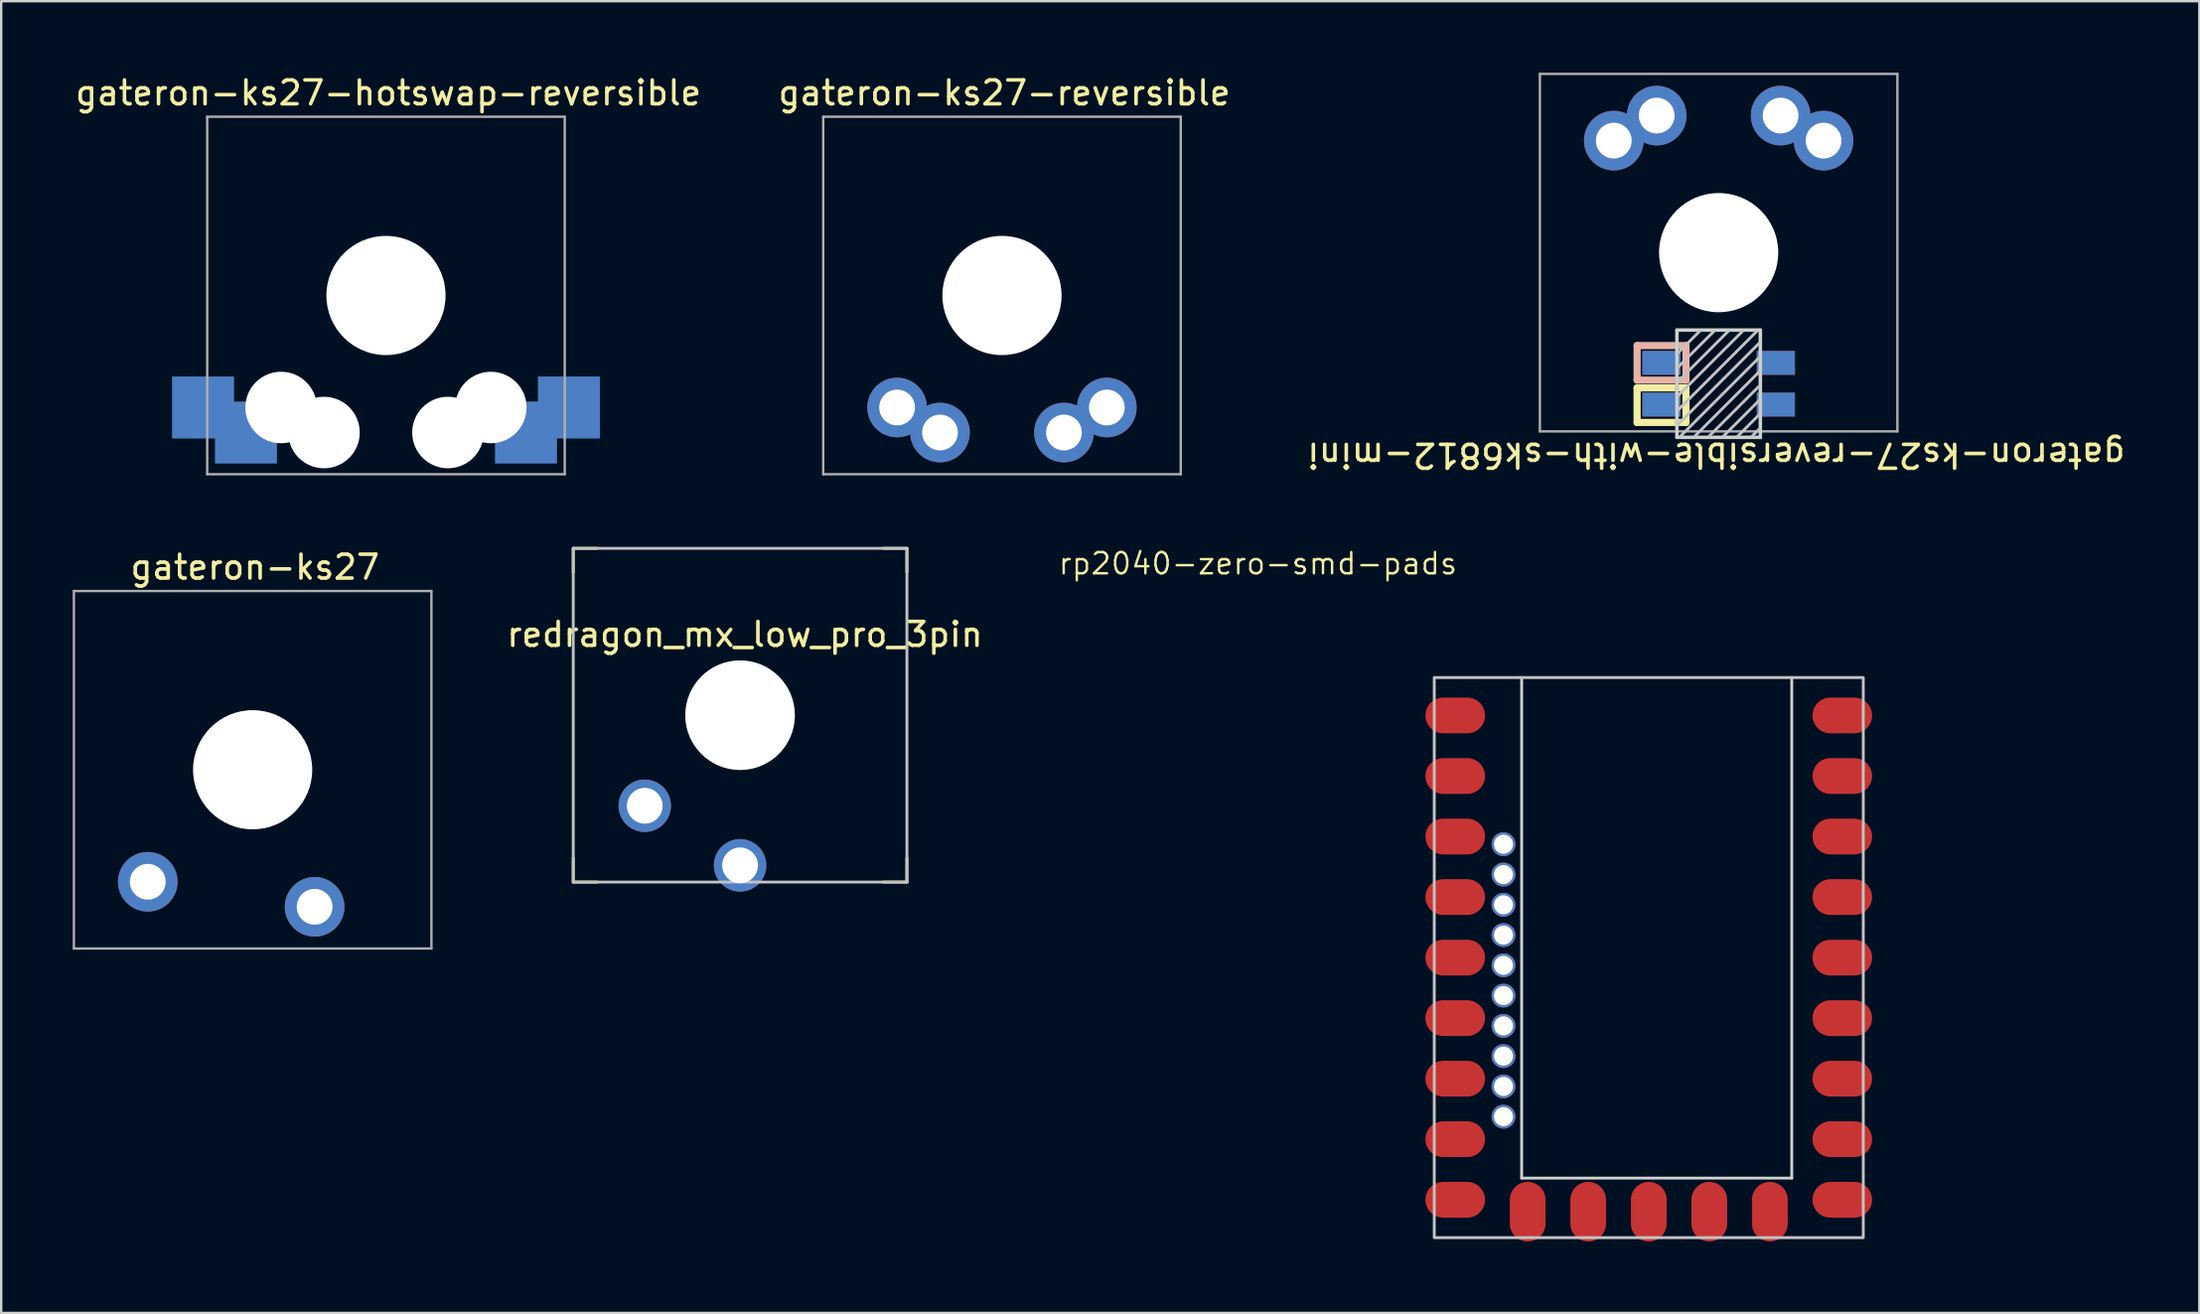
<source format=kicad_pcb>
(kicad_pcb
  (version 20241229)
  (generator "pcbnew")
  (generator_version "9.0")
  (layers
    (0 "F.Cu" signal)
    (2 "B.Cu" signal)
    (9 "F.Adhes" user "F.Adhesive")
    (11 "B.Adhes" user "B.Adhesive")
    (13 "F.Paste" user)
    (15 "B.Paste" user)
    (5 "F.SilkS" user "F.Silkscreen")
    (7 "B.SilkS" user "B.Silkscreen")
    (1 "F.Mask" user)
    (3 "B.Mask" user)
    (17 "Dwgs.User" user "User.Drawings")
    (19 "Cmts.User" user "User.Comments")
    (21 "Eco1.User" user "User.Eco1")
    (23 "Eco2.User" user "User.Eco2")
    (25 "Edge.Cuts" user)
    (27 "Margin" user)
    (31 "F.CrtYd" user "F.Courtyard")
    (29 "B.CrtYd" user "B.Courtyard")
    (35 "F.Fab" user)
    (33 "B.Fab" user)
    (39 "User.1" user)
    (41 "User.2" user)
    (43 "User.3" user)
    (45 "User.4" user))
  (footprint "rp2040-zero-smd-pads"
    (layer "F.Cu")
    (at 66.126 37.129)
    (property "Reference" "rp2040-zero-smd-pads" (at -16.399 -16.533 0) (layer "F.SilkS") (effects (font (size 0.889 0.889) (thickness 0.102))))
    (attr smd exclude_from_pos_files)
    (fp_rect (start -9 -11.75) (end 9 11.75) (stroke (width 0.12) (type solid)) (fill no) (layer "Dwgs.User"))
    (fp_line (start -5.334 -11.75) (end -5.334 9.25) (stroke (width 0.12) (type solid)) (layer "Edge.Cuts"))
    (fp_line (start -5.334 9.25) (end 6 9.25) (stroke (width 0.12) (type solid)) (layer "Edge.Cuts"))
    (fp_line (start 6 9.25) (end 6 -11.75) (stroke (width 0.12) (type solid)) (layer "Edge.Cuts"))
    (pad "1" smd oval (at 7.62 -10.16 180) (size 2.5 1.5) (drill (offset -0.5 0)) (layers "F.Cu" "F.Mask" "F.Paste"))
    (pad "2" smd oval (at 7.62 -7.62 180) (size 2.5 1.5) (drill (offset -0.5 0)) (layers "F.Cu" "F.Mask" "F.Paste"))
    (pad "3" smd oval (at 7.62 -5.08 180) (size 2.5 1.5) (drill (offset -0.5 0)) (layers "F.Cu" "F.Mask" "F.Paste"))
    (pad "4" smd oval (at 7.62 -2.54 180) (size 2.5 1.5) (drill (offset -0.5 0)) (layers "F.Cu" "F.Mask" "F.Paste"))
    (pad "5" smd oval (at 7.62 0 180) (size 2.5 1.5) (drill (offset -0.5 0)) (layers "F.Cu" "F.Mask" "F.Paste"))
    (pad "6" smd oval (at 7.62 2.54 180) (size 2.5 1.5) (drill (offset -0.5 0)) (layers "F.Cu" "F.Mask" "F.Paste"))
    (pad "7" smd oval (at 7.62 5.08 180) (size 2.5 1.5) (drill (offset -0.5 0)) (layers "F.Cu" "F.Mask" "F.Paste"))
    (pad "8" smd oval (at 7.62 7.62 180) (size 2.5 1.5) (drill (offset -0.5 0)) (layers "F.Cu" "F.Mask" "F.Paste"))
    (pad "9" smd oval (at 7.62 10.16 180) (size 2.5 1.5) (drill (offset -0.5 0)) (layers "F.Cu" "F.Mask" "F.Paste"))
    (pad "10" smd oval (at 5.08 10.16 90) (size 2.5 1.5) (drill (offset -0.5 0)) (layers "F.Cu" "F.Mask" "F.Paste"))
    (pad "11" smd oval (at 2.54 10.16 90) (size 2.5 1.5) (drill (offset -0.5 0)) (layers "F.Cu" "F.Mask" "F.Paste"))
    (pad "12" smd oval (at 0 10.16 90) (size 2.5 1.5) (drill (offset -0.5 0)) (layers "F.Cu" "F.Mask" "F.Paste"))
    (pad "13" smd oval (at -2.54 10.16 90) (size 2.5 1.5) (drill (offset -0.5 0)) (layers "F.Cu" "F.Mask" "F.Paste"))
    (pad "14" smd oval (at -5.08 10.16 90) (size 2.5 1.5) (drill (offset -0.5 0)) (layers "F.Cu" "F.Mask" "F.Paste"))
    (pad "15" smd oval (at -7.62 10.16) (size 2.5 1.5) (drill (offset -0.5 0)) (layers "F.Cu" "F.Mask" "F.Paste"))
    (pad "16" smd oval (at -7.62 7.62) (size 2.5 1.5) (drill (offset -0.5 0)) (layers "F.Cu" "F.Mask" "F.Paste"))
    (pad "17" smd oval (at -7.62 5.08) (size 2.5 1.5) (drill (offset -0.5 0)) (layers "F.Cu" "F.Mask" "F.Paste"))
    (pad "18" smd oval (at -7.62 2.54) (size 2.5 1.5) (drill (offset -0.5 0)) (layers "F.Cu" "F.Mask" "F.Paste"))
    (pad "19" smd oval (at -7.62 0) (size 2.5 1.5) (drill (offset -0.5 0)) (layers "F.Cu" "F.Mask" "F.Paste"))
    (pad "20" smd oval (at -7.62 -2.54) (size 2.5 1.5) (drill (offset -0.5 0)) (layers "F.Cu" "F.Mask" "F.Paste"))
    (pad "21" smd oval (at -7.62 -5.08) (size 2.5 1.5) (drill (offset -0.5 0)) (layers "F.Cu" "F.Mask" "F.Paste"))
    (pad "22" smd oval (at -7.62 -7.62) (size 2.5 1.5) (drill (offset -0.5 0)) (layers "F.Cu" "F.Mask" "F.Paste"))
    (pad "23" smd oval (at -7.62 -10.16) (size 2.5 1.5) (drill (offset -0.5 0)) (layers "F.Cu" "F.Mask" "F.Paste"))
    (pad "24" thru_hole circle (at -6.096 6.674) (size 1 1) (drill 0.8) (layers "*.Cu" "*.Mask"))
    (pad "25" thru_hole circle (at -6.096 5.404) (size 1 1) (drill 0.8) (layers "*.Cu" "*.Mask"))
    (pad "26" thru_hole circle (at -6.096 4.134) (size 1 1) (drill 0.8) (layers "*.Cu" "*.Mask"))
    (pad "27" thru_hole circle (at -6.096 2.864) (size 1 1) (drill 0.8) (layers "*.Cu" "*.Mask"))
    (pad "28" thru_hole circle (at -6.096 1.594) (size 1 1) (drill 0.8) (layers "*.Cu" "*.Mask"))
    (pad "29" thru_hole circle (at -6.096 0.324) (size 1 1) (drill 0.8) (layers "*.Cu" "*.Mask"))
    (pad "30" thru_hole circle (at -6.096 -0.946) (size 1 1) (drill 0.8) (layers "*.Cu" "*.Mask"))
    (pad "31" thru_hole circle (at -6.096 -2.216) (size 1 1) (drill 0.8) (layers "*.Cu" "*.Mask"))
    (pad "32" thru_hole circle (at -6.096 -3.486) (size 1 1) (drill 0.8) (layers "*.Cu" "*.Mask"))
    (pad "33" thru_hole circle (at -6.096 -4.756) (size 1 1) (drill 0.8) (layers "*.Cu" "*.Mask")))
  (footprint "gateron-ks27"
    (layer "F.Cu")
    (at 7.55 29.247)
    (property "Reference" "gateron-ks27" (at 0.1 -8.5 0) (unlocked yes) (layer "F.SilkS") (effects (font (size 1 1) (thickness 0.15))))
    (attr through_hole)
    (fp_line (start -7 -7) (end -7 7) (stroke (width 0.12) (type solid)) (layer "Eco2.User"))
    (fp_line (start -7 7) (end 7 7) (stroke (width 0.12) (type solid)) (layer "Eco2.User"))
    (fp_line (start -3.2 -6.3) (end -3.2 -3.1) (stroke (width 0.12) (type solid)) (layer "Eco2.User"))
    (fp_line (start 1.8 -6.3) (end -3.2 -6.3) (stroke (width 0.12) (type solid)) (layer "Eco2.User"))
    (fp_line (start 1.8 -6.3) (end 1.8 -3.1) (stroke (width 0.12) (type solid)) (layer "Eco2.User"))
    (fp_line (start 1.8 -3.1) (end -3.2 -3.1) (stroke (width 0.12) (type solid)) (layer "Eco2.User"))
    (fp_line (start 7 -7) (end -7 -7) (stroke (width 0.12) (type solid)) (layer "Eco2.User"))
    (fp_line (start 7 7) (end 7 -7) (stroke (width 0.12) (type solid)) (layer "Eco2.User"))
    (fp_line (start -7.5 -7.5) (end -7.5 7.5) (stroke (width 0.1) (type solid)) (layer "F.Fab"))
    (fp_line (start -7.5 7.5) (end 7.5 7.5) (stroke (width 0.1) (type solid)) (layer "F.Fab"))
    (fp_line (start 7.5 -7.5) (end -7.5 -7.5) (stroke (width 0.1) (type solid)) (layer "F.Fab"))
    (fp_line (start 7.5 7.5) (end 7.5 -7.5) (stroke (width 0.1) (type solid)) (layer "F.Fab"))
    (pad "" np_thru_hole circle (at 0 0) (size 5 5) (drill 5) (layers "*.Cu" "*.Mask"))
    (pad "1" thru_hole circle (at 2.6 5.75) (size 2.5 2.5) (drill 1.5) (layers "*.Cu" "*.Mask"))
    (pad "2" thru_hole circle (at -4.4 4.7) (size 2.5 2.5) (drill 1.5) (layers "*.Cu" "*.Mask")))
  (footprint "gateron-ks27-reversible-with-sk6812-mini"
    (layer "F.Cu")
    (at 69.058 7.55)
    (property "Reference" "gateron-ks27-reversible-with-sk6812-mini" (at -0.1 8.5 180) (unlocked yes) (layer "F.SilkS") (effects (font (size 1 1) (thickness 0.15))))
    (attr through_hole)
    (fp_line (start -3.421 5.675) (end -1.371 5.675) (stroke (width 0.3) (type solid)) (layer "F.SilkS"))
    (fp_line (start -3.421 7.125) (end -3.421 5.675) (stroke (width 0.3) (type solid)) (layer "F.SilkS"))
    (fp_line (start -1.371 5.675) (end -1.371 7.125) (stroke (width 0.3) (type solid)) (layer "F.SilkS"))
    (fp_line (start -1.371 7.125) (end -3.421 7.125) (stroke (width 0.3) (type solid)) (layer "F.SilkS"))
    (fp_line (start -3.421 3.9) (end -1.371 3.9) (stroke (width 0.3) (type solid)) (layer "B.SilkS"))
    (fp_line (start -3.421 5.35) (end -3.421 3.9) (stroke (width 0.3) (type solid)) (layer "B.SilkS"))
    (fp_line (start -1.371 3.9) (end -1.371 5.35) (stroke (width 0.3) (type solid)) (layer "B.SilkS"))
    (fp_line (start -1.371 5.35) (end -3.421 5.35) (stroke (width 0.3) (type solid)) (layer "B.SilkS"))
    (fp_line (start -0.8 3.3) (end -1.7 4.2) (stroke (width 0.12) (type solid)) (layer "Dwgs.User"))
    (fp_line (start -0.2 3.3) (end -1.7 4.8) (stroke (width 0.12) (type solid)) (layer "Dwgs.User"))
    (fp_line (start 0.4 3.3) (end -1.7 5.4) (stroke (width 0.12) (type solid)) (layer "Dwgs.User"))
    (fp_line (start 1 3.3) (end -1.7 6) (stroke (width 0.12) (type solid)) (layer "Dwgs.User"))
    (fp_line (start 1.6 3.3) (end -1.7 6.6) (stroke (width 0.12) (type solid)) (layer "Dwgs.User"))
    (fp_line (start 1.7 3.8) (end -1.7 7.2) (stroke (width 0.12) (type solid)) (layer "Dwgs.User"))
    (fp_line (start 1.7 4.4) (end -1.6 7.7) (stroke (width 0.12) (type solid)) (layer "Dwgs.User"))
    (fp_line (start 1.7 5) (end -1 7.7) (stroke (width 0.12) (type solid)) (layer "Dwgs.User"))
    (fp_line (start 1.7 5.6) (end -0.4 7.7) (stroke (width 0.12) (type solid)) (layer "Dwgs.User"))
    (fp_line (start 1.7 6.2) (end 0.2 7.7) (stroke (width 0.12) (type solid)) (layer "Dwgs.User"))
    (fp_line (start 1.7 6.8) (end 0.8 7.7) (stroke (width 0.12) (type solid)) (layer "Dwgs.User"))
    (fp_line (start 1.7 7.4) (end 1.4 7.7) (stroke (width 0.12) (type solid)) (layer "Dwgs.User"))
    (fp_line (start -7 -7) (end -7 7) (stroke (width 0.12) (type solid)) (layer "Eco2.User"))
    (fp_line (start -7 7) (end 7 7) (stroke (width 0.12) (type solid)) (layer "Eco2.User"))
    (fp_line (start 7 -7) (end -7 -7) (stroke (width 0.12) (type solid)) (layer "Eco2.User"))
    (fp_line (start 7 7) (end 7 -7) (stroke (width 0.12) (type solid)) (layer "Eco2.User"))
    (fp_rect (start 1.75 7.75) (end -1.75 3.25) (stroke (width 0.12) (type solid)) (fill no) (layer "Edge.Cuts"))
    (fp_line (start -7.5 -7.5) (end -7.5 7.5) (stroke (width 0.1) (type solid)) (layer "F.Fab"))
    (fp_line (start -7.5 7.5) (end 7.5 7.5) (stroke (width 0.1) (type solid)) (layer "F.Fab"))
    (fp_line (start -1.75 3.25) (end -1.75 7.75) (stroke (width 0.15) (type solid)) (layer "F.Fab"))
    (fp_line (start -1.75 3.25) (end 1.75 3.25) (stroke (width 0.15) (type solid)) (layer "F.Fab"))
    (fp_line (start 1.75 3.25) (end 1.75 7.75) (stroke (width 0.15) (type solid)) (layer "F.Fab"))
    (fp_line (start 1.75 7.75) (end -1.75 7.75) (stroke (width 0.15) (type solid)) (layer "F.Fab"))
    (fp_line (start 7.5 -7.5) (end -7.5 -7.5) (stroke (width 0.1) (type solid)) (layer "F.Fab"))
    (fp_line (start 7.5 7.5) (end 7.5 -7.5) (stroke (width 0.1) (type solid)) (layer "F.Fab"))
    (pad "" np_thru_hole circle (at 0 0 180) (size 5 5) (drill 5) (layers "*.Cu" "*.Mask"))
    (pad "1" smd rect (at -2.4 4.625) (size 1.6 1) (layers "B.Cu" "B.Mask" "B.Paste"))
    (pad "1" smd rect (at -2.4 6.375) (size 1.6 1) (layers "F.Cu" "F.Mask" "F.Paste"))
    (pad "2" smd rect (at -2.4 4.625) (size 1.6 1) (layers "F.Cu" "F.Mask" "F.Paste"))
    (pad "2" smd rect (at -2.4 6.375) (size 1.6 1) (layers "B.Cu" "B.Mask" "B.Paste"))
    (pad "3" smd rect (at 2.4 4.625) (size 1.6 1) (layers "F.Cu" "F.Mask" "F.Paste"))
    (pad "3" smd rect (at 2.4 6.375) (size 1.6 1) (layers "B.Cu" "B.Mask" "B.Paste"))
    (pad "4" smd rect (at 2.4 4.625) (size 1.6 1) (layers "B.Cu" "B.Mask" "B.Paste"))
    (pad "4" smd rect (at 2.4 6.375) (size 1.6 1) (layers "F.Cu" "F.Mask" "F.Paste"))
    (pad "5" thru_hole circle (at -4.4 -4.7 180) (size 2.5 2.5) (drill 1.5) (layers "*.Cu" "*.Mask"))
    (pad "5" thru_hole circle (at -2.6 -5.75 180) (size 2.5 2.5) (drill 1.5) (layers "*.Cu" "*.Mask"))
    (pad "6" thru_hole circle (at 2.6 -5.75 180) (size 2.5 2.5) (drill 1.5) (layers "*.Cu" "*.Mask"))
    (pad "6" thru_hole circle (at 4.4 -4.7 180) (size 2.5 2.5) (drill 1.5) (layers "*.Cu" "*.Mask")))
  (footprint "redragon_mx_low_pro_3pin"
    (layer "F.Cu")
    (at 28.001 26.958)
    (property "Reference" "redragon_mx_low_pro_3pin" (at 0.2 -3.39 0) (unlocked yes) (layer "F.SilkS") (effects (font (size 1 1) (thickness 0.15))))
    (attr through_hole)
    (fp_line (start -7 -7) (end -6 -7) (stroke (width 0.12) (type solid)) (layer "F.SilkS"))
    (fp_line (start -7 -6) (end -7 -7) (stroke (width 0.12) (type solid)) (layer "F.SilkS"))
    (fp_line (start -7 7) (end -7 6) (stroke (width 0.12) (type solid)) (layer "F.SilkS"))
    (fp_line (start -6 7) (end -7 7) (stroke (width 0.12) (type solid)) (layer "F.SilkS"))
    (fp_line (start 6 -7) (end 7 -7) (stroke (width 0.12) (type solid)) (layer "F.SilkS"))
    (fp_line (start 7 -7) (end 7 -6) (stroke (width 0.12) (type solid)) (layer "F.SilkS"))
    (fp_line (start 7 6) (end 7 7) (stroke (width 0.12) (type solid)) (layer "F.SilkS"))
    (fp_line (start 7 7) (end 6 7) (stroke (width 0.12) (type solid)) (layer "F.SilkS"))
    (fp_rect (start -7 -7) (end 7 7) (stroke (width 0.12) (type solid)) (fill no) (layer "Dwgs.User"))
    (pad "" np_thru_hole circle (at 0 0) (size 4.6 4.6) (drill 4.6) (layers "*.Cu" "*.Mask"))
    (pad "1" thru_hole circle (at 0 6.3) (size 2.2 2.2) (drill 1.5) (layers "*.Cu" "*.Mask"))
    (pad "2" thru_hole circle (at -4 3.8) (size 2.2 2.2) (drill 1.5) (layers "*.Cu" "*.Mask")))
  (footprint "gateron-ks27-hotswap-reversible"
    (layer "F.Cu")
    (at 13.144 9.348)
    (property "Reference" "gateron-ks27-hotswap-reversible" (at 0.1 -8.5 0) (unlocked yes) (layer "F.SilkS") (effects (font (size 1 1) (thickness 0.15))))
    (attr through_hole)
    (fp_line (start -7 -7) (end -7 7) (stroke (width 0.12) (type solid)) (layer "Eco2.User"))
    (fp_line (start -7 7) (end 7 7) (stroke (width 0.12) (type solid)) (layer "Eco2.User"))
    (fp_line (start -3.2 -6.3) (end -3.2 -3.1) (stroke (width 0.12) (type solid)) (layer "Eco2.User"))
    (fp_line (start 1.8 -6.3) (end -3.2 -6.3) (stroke (width 0.12) (type solid)) (layer "Eco2.User"))
    (fp_line (start 1.8 -6.3) (end 1.8 -3.1) (stroke (width 0.12) (type solid)) (layer "Eco2.User"))
    (fp_line (start 1.8 -3.1) (end -3.2 -3.1) (stroke (width 0.12) (type solid)) (layer "Eco2.User"))
    (fp_line (start 7 -7) (end -7 -7) (stroke (width 0.12) (type solid)) (layer "Eco2.User"))
    (fp_line (start 7 7) (end 7 -7) (stroke (width 0.12) (type solid)) (layer "Eco2.User"))
    (fp_line (start -7.5 -7.5) (end -7.5 7.5) (stroke (width 0.1) (type solid)) (layer "F.Fab"))
    (fp_line (start -7.5 7.5) (end 7.5 7.5) (stroke (width 0.1) (type solid)) (layer "F.Fab"))
    (fp_line (start 7.5 -7.5) (end -7.5 -7.5) (stroke (width 0.1) (type solid)) (layer "F.Fab"))
    (fp_line (start 7.5 7.5) (end 7.5 -7.5) (stroke (width 0.1) (type solid)) (layer "F.Fab"))
    (pad "" np_thru_hole circle (at -4.4 4.7) (size 3 3) (drill 3) (layers "*.Cu" "*.Mask"))
    (pad "" np_thru_hole circle (at -2.6 5.75) (size 3 3) (drill 3) (layers "*.Cu" "*.Mask"))
    (pad "" np_thru_hole circle (at 0 0) (size 5 5) (drill 5) (layers "*.Cu" "*.Mask"))
    (pad "" np_thru_hole circle (at 2.6 5.75) (size 3 3) (drill 3) (layers "*.Cu" "*.Mask"))
    (pad "" np_thru_hole circle (at 4.4 4.7) (size 3 3) (drill 3) (layers "*.Cu" "*.Mask"))
    (pad "1" smd rect (at -7.675 4.7) (size 2.6 2.6) (layers "B.Cu" "B.Mask" "B.Paste"))
    (pad "1" smd rect (at -5.875 5.75) (size 2.6 2.6) (layers "B.Cu" "B.Mask" "B.Paste"))
    (pad "2" smd rect (at 5.875 5.75) (size 2.6 2.6) (layers "B.Cu" "B.Mask" "B.Paste"))
    (pad "2" smd rect (at 7.675 4.7) (size 2.6 2.6) (layers "B.Cu" "B.Mask" "B.Paste")))
  (footprint "gateron-ks27-reversible"
    (layer "F.Cu")
    (at 38.989 9.348)
    (property "Reference" "gateron-ks27-reversible" (at 0.1 -8.5 0) (unlocked yes) (layer "F.SilkS") (effects (font (size 1 1) (thickness 0.15))))
    (attr through_hole)
    (fp_line (start -7 -7) (end -7 7) (stroke (width 0.12) (type solid)) (layer "Eco2.User"))
    (fp_line (start -7 7) (end 7 7) (stroke (width 0.12) (type solid)) (layer "Eco2.User"))
    (fp_line (start -3.2 -6.3) (end -3.2 -3.1) (stroke (width 0.12) (type solid)) (layer "Eco2.User"))
    (fp_line (start 1.8 -6.3) (end -3.2 -6.3) (stroke (width 0.12) (type solid)) (layer "Eco2.User"))
    (fp_line (start 1.8 -6.3) (end 1.8 -3.1) (stroke (width 0.12) (type solid)) (layer "Eco2.User"))
    (fp_line (start 1.8 -3.1) (end -3.2 -3.1) (stroke (width 0.12) (type solid)) (layer "Eco2.User"))
    (fp_line (start 7 -7) (end -7 -7) (stroke (width 0.12) (type solid)) (layer "Eco2.User"))
    (fp_line (start 7 7) (end 7 -7) (stroke (width 0.12) (type solid)) (layer "Eco2.User"))
    (fp_line (start -7.5 -7.5) (end -7.5 7.5) (stroke (width 0.1) (type solid)) (layer "F.Fab"))
    (fp_line (start -7.5 7.5) (end 7.5 7.5) (stroke (width 0.1) (type solid)) (layer "F.Fab"))
    (fp_line (start 7.5 -7.5) (end -7.5 -7.5) (stroke (width 0.1) (type solid)) (layer "F.Fab"))
    (fp_line (start 7.5 7.5) (end 7.5 -7.5) (stroke (width 0.1) (type solid)) (layer "F.Fab"))
    (pad "" np_thru_hole circle (at 0 0) (size 5 5) (drill 5) (layers "*.Cu" "*.Mask"))
    (pad "1" thru_hole circle (at 2.6 5.75) (size 2.5 2.5) (drill 1.5) (layers "*.Cu" "*.Mask"))
    (pad "1" thru_hole circle (at 4.4 4.7) (size 2.5 2.5) (drill 1.5) (layers "*.Cu" "*.Mask"))
    (pad "2" thru_hole circle (at -4.4 4.7) (size 2.5 2.5) (drill 1.5) (layers "*.Cu" "*.Mask"))
    (pad "2" thru_hole circle (at -2.6 5.75) (size 2.5 2.5) (drill 1.5) (layers "*.Cu" "*.Mask")))
  (gr_rect
    (start -3 -3)
    (end 89.226 52.039)
    (stroke (width 0.1) (type default))
    (fill no)
    (layer "Edge.Cuts")))
</source>
